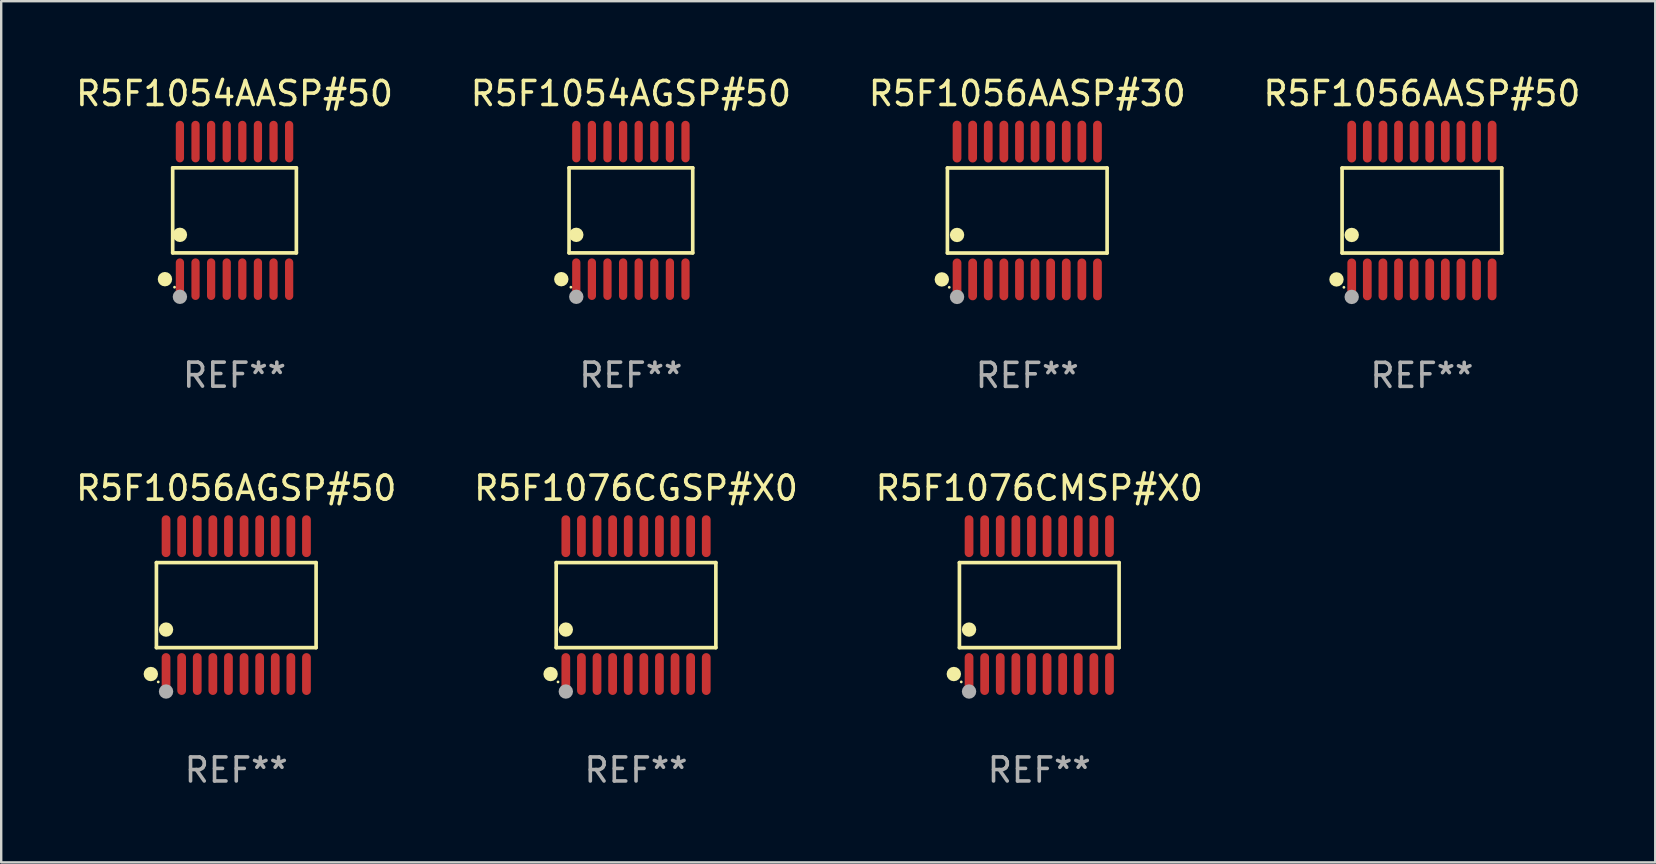
<source format=kicad_pcb>
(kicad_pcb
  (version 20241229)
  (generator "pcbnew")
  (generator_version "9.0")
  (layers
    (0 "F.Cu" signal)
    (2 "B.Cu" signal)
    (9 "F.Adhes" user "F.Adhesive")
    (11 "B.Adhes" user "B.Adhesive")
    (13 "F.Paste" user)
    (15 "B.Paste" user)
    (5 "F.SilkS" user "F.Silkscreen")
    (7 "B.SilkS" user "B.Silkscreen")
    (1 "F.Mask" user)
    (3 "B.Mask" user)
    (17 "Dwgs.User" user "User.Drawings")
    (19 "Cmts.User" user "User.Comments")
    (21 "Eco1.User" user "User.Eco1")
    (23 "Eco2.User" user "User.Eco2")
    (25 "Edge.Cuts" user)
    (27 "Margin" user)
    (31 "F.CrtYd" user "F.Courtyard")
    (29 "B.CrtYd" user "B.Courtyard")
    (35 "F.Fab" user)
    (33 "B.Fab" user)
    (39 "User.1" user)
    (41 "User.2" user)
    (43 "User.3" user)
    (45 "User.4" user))
  (footprint "R5F1056AASP#30"
    (layer "F.Cu")
    (at 39.744 5.719)
    (property "Reference" "R5F1056AASP#30" (at 0 -4.871 0) (layer "F.SilkS") (effects (font (size 1 1) (thickness 0.15))))
    (attr through_hole)
    (fp_line (start -3.326 -1.771) (end 3.326 -1.771) (stroke (width 0.152) (type solid)) (layer "F.SilkS"))
    (fp_line (start -3.326 1.771) (end -3.326 -1.771) (stroke (width 0.152) (type solid)) (layer "F.SilkS"))
    (fp_line (start 3.326 -1.771) (end 3.326 1.771) (stroke (width 0.152) (type solid)) (layer "F.SilkS"))
    (fp_line (start 3.326 1.771) (end -3.326 1.771) (stroke (width 0.152) (type solid)) (layer "F.SilkS"))
    (fp_circle (center -3.559 2.871) (end -3.409 2.871) (stroke (width 0.3) (type solid)) (fill no) (layer "F.SilkS"))
    (fp_circle (center -3.25 3.2) (end -3.22 3.2) (stroke (width 0.06) (type solid)) (fill no) (layer "F.SilkS"))
    (fp_circle (center -2.925 1.019) (end -2.775 1.019) (stroke (width 0.3) (type solid)) (fill no) (layer "F.SilkS"))
    (fp_circle (center -2.925 3.6) (end -2.775 3.6) (stroke (width 0.3) (type solid)) (fill no) (layer "F.Fab"))
    (fp_text user "REF**" (at 0 6.871 0) (layer "F.Fab") (effects (font (size 1 1) (thickness 0.15))))
    (pad "1" smd oval (at -2.925 2.871) (size 0.364 1.742) (layers "F.Cu" "F.Mask" "F.Paste"))
    (pad "2" smd oval (at -2.275 2.871) (size 0.364 1.742) (layers "F.Cu" "F.Mask" "F.Paste"))
    (pad "3" smd oval (at -1.625 2.871) (size 0.364 1.742) (layers "F.Cu" "F.Mask" "F.Paste"))
    (pad "4" smd oval (at -0.975 2.871) (size 0.364 1.742) (layers "F.Cu" "F.Mask" "F.Paste"))
    (pad "5" smd oval (at -0.325 2.871) (size 0.364 1.742) (layers "F.Cu" "F.Mask" "F.Paste"))
    (pad "6" smd oval (at 0.325 2.871) (size 0.364 1.742) (layers "F.Cu" "F.Mask" "F.Paste"))
    (pad "7" smd oval (at 0.975 2.871) (size 0.364 1.742) (layers "F.Cu" "F.Mask" "F.Paste"))
    (pad "8" smd oval (at 1.625 2.871) (size 0.364 1.742) (layers "F.Cu" "F.Mask" "F.Paste"))
    (pad "9" smd oval (at 2.275 2.871) (size 0.364 1.742) (layers "F.Cu" "F.Mask" "F.Paste"))
    (pad "10" smd oval (at 2.925 2.871) (size 0.364 1.742) (layers "F.Cu" "F.Mask" "F.Paste"))
    (pad "11" smd oval (at 2.925 -2.871) (size 0.364 1.742) (layers "F.Cu" "F.Mask" "F.Paste"))
    (pad "12" smd oval (at 2.275 -2.871) (size 0.364 1.742) (layers "F.Cu" "F.Mask" "F.Paste"))
    (pad "13" smd oval (at 1.625 -2.871) (size 0.364 1.742) (layers "F.Cu" "F.Mask" "F.Paste"))
    (pad "14" smd oval (at 0.975 -2.871) (size 0.364 1.742) (layers "F.Cu" "F.Mask" "F.Paste"))
    (pad "15" smd oval (at 0.325 -2.871) (size 0.364 1.742) (layers "F.Cu" "F.Mask" "F.Paste"))
    (pad "16" smd oval (at -0.325 -2.871) (size 0.364 1.742) (layers "F.Cu" "F.Mask" "F.Paste"))
    (pad "17" smd oval (at -0.975 -2.871) (size 0.364 1.742) (layers "F.Cu" "F.Mask" "F.Paste"))
    (pad "18" smd oval (at -1.625 -2.871) (size 0.364 1.742) (layers "F.Cu" "F.Mask" "F.Paste"))
    (pad "19" smd oval (at -2.275 -2.871) (size 0.364 1.742) (layers "F.Cu" "F.Mask" "F.Paste"))
    (pad "20" smd oval (at -2.925 -2.871) (size 0.364 1.742) (layers "F.Cu" "F.Mask" "F.Paste")))
  (footprint "R5F1054AASP#50"
    (layer "F.Cu")
    (at 6.72 5.714)
    (property "Reference" "R5F1054AASP#50" (at 0 -4.866 0) (layer "F.SilkS") (effects (font (size 1 1) (thickness 0.15))))
    (attr through_hole)
    (fp_line (start -2.576 -1.772) (end 2.576 -1.772) (stroke (width 0.152) (type solid)) (layer "F.SilkS"))
    (fp_line (start -2.576 1.771) (end -2.576 -1.772) (stroke (width 0.152) (type solid)) (layer "F.SilkS"))
    (fp_line (start 2.576 -1.772) (end 2.576 1.771) (stroke (width 0.152) (type solid)) (layer "F.SilkS"))
    (fp_line (start 2.576 1.771) (end -2.576 1.771) (stroke (width 0.152) (type solid)) (layer "F.SilkS"))
    (fp_circle (center -2.899 2.866) (end -2.749 2.866) (stroke (width 0.3) (type solid)) (fill no) (layer "F.SilkS"))
    (fp_circle (center -2.5 3.2) (end -2.47 3.2) (stroke (width 0.06) (type solid)) (fill no) (layer "F.SilkS"))
    (fp_circle (center -2.275 1.019) (end -2.125 1.019) (stroke (width 0.3) (type solid)) (fill no) (layer "F.SilkS"))
    (fp_circle (center -2.275 3.6) (end -2.125 3.6) (stroke (width 0.3) (type solid)) (fill no) (layer "F.Fab"))
    (fp_text user "REF**" (at 0 6.866 0) (layer "F.Fab") (effects (font (size 1 1) (thickness 0.15))))
    (pad "1" smd oval (at -2.275 2.866) (size 0.343 1.731) (layers "F.Cu" "F.Mask" "F.Paste"))
    (pad "2" smd oval (at -1.625 2.866) (size 0.343 1.731) (layers "F.Cu" "F.Mask" "F.Paste"))
    (pad "3" smd oval (at -0.975 2.866) (size 0.343 1.731) (layers "F.Cu" "F.Mask" "F.Paste"))
    (pad "4" smd oval (at -0.325 2.866) (size 0.343 1.731) (layers "F.Cu" "F.Mask" "F.Paste"))
    (pad "5" smd oval (at 0.325 2.866) (size 0.343 1.731) (layers "F.Cu" "F.Mask" "F.Paste"))
    (pad "6" smd oval (at 0.975 2.866) (size 0.343 1.731) (layers "F.Cu" "F.Mask" "F.Paste"))
    (pad "7" smd oval (at 1.625 2.866) (size 0.343 1.731) (layers "F.Cu" "F.Mask" "F.Paste"))
    (pad "8" smd oval (at 2.275 2.866) (size 0.343 1.731) (layers "F.Cu" "F.Mask" "F.Paste"))
    (pad "9" smd oval (at 2.275 -2.866) (size 0.343 1.731) (layers "F.Cu" "F.Mask" "F.Paste"))
    (pad "10" smd oval (at 1.625 -2.866) (size 0.343 1.731) (layers "F.Cu" "F.Mask" "F.Paste"))
    (pad "11" smd oval (at 0.975 -2.866) (size 0.343 1.731) (layers "F.Cu" "F.Mask" "F.Paste"))
    (pad "12" smd oval (at 0.325 -2.866) (size 0.343 1.731) (layers "F.Cu" "F.Mask" "F.Paste"))
    (pad "13" smd oval (at -0.325 -2.866) (size 0.343 1.731) (layers "F.Cu" "F.Mask" "F.Paste"))
    (pad "14" smd oval (at -0.975 -2.866) (size 0.343 1.731) (layers "F.Cu" "F.Mask" "F.Paste"))
    (pad "15" smd oval (at -1.625 -2.866) (size 0.343 1.731) (layers "F.Cu" "F.Mask" "F.Paste"))
    (pad "16" smd oval (at -2.275 -2.866) (size 0.343 1.731) (layers "F.Cu" "F.Mask" "F.Paste")))
  (footprint "R5F1076CMSP#X0"
    (layer "F.Cu")
    (at 40.244 22.158)
    (property "Reference" "R5F1076CMSP#X0" (at 0 -4.871 0) (layer "F.SilkS") (effects (font (size 1 1) (thickness 0.15))))
    (attr through_hole)
    (fp_line (start -3.326 -1.771) (end 3.326 -1.771) (stroke (width 0.152) (type solid)) (layer "F.SilkS"))
    (fp_line (start -3.326 1.771) (end -3.326 -1.771) (stroke (width 0.152) (type solid)) (layer "F.SilkS"))
    (fp_line (start 3.326 -1.771) (end 3.326 1.771) (stroke (width 0.152) (type solid)) (layer "F.SilkS"))
    (fp_line (start 3.326 1.771) (end -3.326 1.771) (stroke (width 0.152) (type solid)) (layer "F.SilkS"))
    (fp_circle (center -3.559 2.871) (end -3.409 2.871) (stroke (width 0.3) (type solid)) (fill no) (layer "F.SilkS"))
    (fp_circle (center -3.25 3.2) (end -3.22 3.2) (stroke (width 0.06) (type solid)) (fill no) (layer "F.SilkS"))
    (fp_circle (center -2.925 1.019) (end -2.775 1.019) (stroke (width 0.3) (type solid)) (fill no) (layer "F.SilkS"))
    (fp_circle (center -2.925 3.6) (end -2.775 3.6) (stroke (width 0.3) (type solid)) (fill no) (layer "F.Fab"))
    (fp_text user "REF**" (at 0 6.871 0) (layer "F.Fab") (effects (font (size 1 1) (thickness 0.15))))
    (pad "1" smd oval (at -2.925 2.871) (size 0.364 1.742) (layers "F.Cu" "F.Mask" "F.Paste"))
    (pad "2" smd oval (at -2.275 2.871) (size 0.364 1.742) (layers "F.Cu" "F.Mask" "F.Paste"))
    (pad "3" smd oval (at -1.625 2.871) (size 0.364 1.742) (layers "F.Cu" "F.Mask" "F.Paste"))
    (pad "4" smd oval (at -0.975 2.871) (size 0.364 1.742) (layers "F.Cu" "F.Mask" "F.Paste"))
    (pad "5" smd oval (at -0.325 2.871) (size 0.364 1.742) (layers "F.Cu" "F.Mask" "F.Paste"))
    (pad "6" smd oval (at 0.325 2.871) (size 0.364 1.742) (layers "F.Cu" "F.Mask" "F.Paste"))
    (pad "7" smd oval (at 0.975 2.871) (size 0.364 1.742) (layers "F.Cu" "F.Mask" "F.Paste"))
    (pad "8" smd oval (at 1.625 2.871) (size 0.364 1.742) (layers "F.Cu" "F.Mask" "F.Paste"))
    (pad "9" smd oval (at 2.275 2.871) (size 0.364 1.742) (layers "F.Cu" "F.Mask" "F.Paste"))
    (pad "10" smd oval (at 2.925 2.871) (size 0.364 1.742) (layers "F.Cu" "F.Mask" "F.Paste"))
    (pad "11" smd oval (at 2.925 -2.871) (size 0.364 1.742) (layers "F.Cu" "F.Mask" "F.Paste"))
    (pad "12" smd oval (at 2.275 -2.871) (size 0.364 1.742) (layers "F.Cu" "F.Mask" "F.Paste"))
    (pad "13" smd oval (at 1.625 -2.871) (size 0.364 1.742) (layers "F.Cu" "F.Mask" "F.Paste"))
    (pad "14" smd oval (at 0.975 -2.871) (size 0.364 1.742) (layers "F.Cu" "F.Mask" "F.Paste"))
    (pad "15" smd oval (at 0.325 -2.871) (size 0.364 1.742) (layers "F.Cu" "F.Mask" "F.Paste"))
    (pad "16" smd oval (at -0.325 -2.871) (size 0.364 1.742) (layers "F.Cu" "F.Mask" "F.Paste"))
    (pad "17" smd oval (at -0.975 -2.871) (size 0.364 1.742) (layers "F.Cu" "F.Mask" "F.Paste"))
    (pad "18" smd oval (at -1.625 -2.871) (size 0.364 1.742) (layers "F.Cu" "F.Mask" "F.Paste"))
    (pad "19" smd oval (at -2.275 -2.871) (size 0.364 1.742) (layers "F.Cu" "F.Mask" "F.Paste"))
    (pad "20" smd oval (at -2.925 -2.871) (size 0.364 1.742) (layers "F.Cu" "F.Mask" "F.Paste")))
  (footprint "R5F1076CGSP#X0"
    (layer "F.Cu")
    (at 23.446 22.158)
    (property "Reference" "R5F1076CGSP#X0" (at 0 -4.871 0) (layer "F.SilkS") (effects (font (size 1 1) (thickness 0.15))))
    (attr through_hole)
    (fp_line (start -3.326 -1.771) (end 3.326 -1.771) (stroke (width 0.152) (type solid)) (layer "F.SilkS"))
    (fp_line (start -3.326 1.771) (end -3.326 -1.771) (stroke (width 0.152) (type solid)) (layer "F.SilkS"))
    (fp_line (start 3.326 -1.771) (end 3.326 1.771) (stroke (width 0.152) (type solid)) (layer "F.SilkS"))
    (fp_line (start 3.326 1.771) (end -3.326 1.771) (stroke (width 0.152) (type solid)) (layer "F.SilkS"))
    (fp_circle (center -3.559 2.871) (end -3.409 2.871) (stroke (width 0.3) (type solid)) (fill no) (layer "F.SilkS"))
    (fp_circle (center -3.25 3.2) (end -3.22 3.2) (stroke (width 0.06) (type solid)) (fill no) (layer "F.SilkS"))
    (fp_circle (center -2.925 1.019) (end -2.775 1.019) (stroke (width 0.3) (type solid)) (fill no) (layer "F.SilkS"))
    (fp_circle (center -2.925 3.6) (end -2.775 3.6) (stroke (width 0.3) (type solid)) (fill no) (layer "F.Fab"))
    (fp_text user "REF**" (at 0 6.871 0) (layer "F.Fab") (effects (font (size 1 1) (thickness 0.15))))
    (pad "1" smd oval (at -2.925 2.871) (size 0.364 1.742) (layers "F.Cu" "F.Mask" "F.Paste"))
    (pad "2" smd oval (at -2.275 2.871) (size 0.364 1.742) (layers "F.Cu" "F.Mask" "F.Paste"))
    (pad "3" smd oval (at -1.625 2.871) (size 0.364 1.742) (layers "F.Cu" "F.Mask" "F.Paste"))
    (pad "4" smd oval (at -0.975 2.871) (size 0.364 1.742) (layers "F.Cu" "F.Mask" "F.Paste"))
    (pad "5" smd oval (at -0.325 2.871) (size 0.364 1.742) (layers "F.Cu" "F.Mask" "F.Paste"))
    (pad "6" smd oval (at 0.325 2.871) (size 0.364 1.742) (layers "F.Cu" "F.Mask" "F.Paste"))
    (pad "7" smd oval (at 0.975 2.871) (size 0.364 1.742) (layers "F.Cu" "F.Mask" "F.Paste"))
    (pad "8" smd oval (at 1.625 2.871) (size 0.364 1.742) (layers "F.Cu" "F.Mask" "F.Paste"))
    (pad "9" smd oval (at 2.275 2.871) (size 0.364 1.742) (layers "F.Cu" "F.Mask" "F.Paste"))
    (pad "10" smd oval (at 2.925 2.871) (size 0.364 1.742) (layers "F.Cu" "F.Mask" "F.Paste"))
    (pad "11" smd oval (at 2.925 -2.871) (size 0.364 1.742) (layers "F.Cu" "F.Mask" "F.Paste"))
    (pad "12" smd oval (at 2.275 -2.871) (size 0.364 1.742) (layers "F.Cu" "F.Mask" "F.Paste"))
    (pad "13" smd oval (at 1.625 -2.871) (size 0.364 1.742) (layers "F.Cu" "F.Mask" "F.Paste"))
    (pad "14" smd oval (at 0.975 -2.871) (size 0.364 1.742) (layers "F.Cu" "F.Mask" "F.Paste"))
    (pad "15" smd oval (at 0.325 -2.871) (size 0.364 1.742) (layers "F.Cu" "F.Mask" "F.Paste"))
    (pad "16" smd oval (at -0.325 -2.871) (size 0.364 1.742) (layers "F.Cu" "F.Mask" "F.Paste"))
    (pad "17" smd oval (at -0.975 -2.871) (size 0.364 1.742) (layers "F.Cu" "F.Mask" "F.Paste"))
    (pad "18" smd oval (at -1.625 -2.871) (size 0.364 1.742) (layers "F.Cu" "F.Mask" "F.Paste"))
    (pad "19" smd oval (at -2.275 -2.871) (size 0.364 1.742) (layers "F.Cu" "F.Mask" "F.Paste"))
    (pad "20" smd oval (at -2.925 -2.871) (size 0.364 1.742) (layers "F.Cu" "F.Mask" "F.Paste")))
  (footprint "R5F1054AGSP#50"
    (layer "F.Cu")
    (at 23.232 5.714)
    (property "Reference" "R5F1054AGSP#50" (at 0 -4.866 0) (layer "F.SilkS") (effects (font (size 1 1) (thickness 0.15))))
    (attr through_hole)
    (fp_line (start -2.576 -1.772) (end 2.576 -1.772) (stroke (width 0.152) (type solid)) (layer "F.SilkS"))
    (fp_line (start -2.576 1.771) (end -2.576 -1.772) (stroke (width 0.152) (type solid)) (layer "F.SilkS"))
    (fp_line (start 2.576 -1.772) (end 2.576 1.771) (stroke (width 0.152) (type solid)) (layer "F.SilkS"))
    (fp_line (start 2.576 1.771) (end -2.576 1.771) (stroke (width 0.152) (type solid)) (layer "F.SilkS"))
    (fp_circle (center -2.899 2.866) (end -2.749 2.866) (stroke (width 0.3) (type solid)) (fill no) (layer "F.SilkS"))
    (fp_circle (center -2.5 3.2) (end -2.47 3.2) (stroke (width 0.06) (type solid)) (fill no) (layer "F.SilkS"))
    (fp_circle (center -2.275 1.019) (end -2.125 1.019) (stroke (width 0.3) (type solid)) (fill no) (layer "F.SilkS"))
    (fp_circle (center -2.275 3.6) (end -2.125 3.6) (stroke (width 0.3) (type solid)) (fill no) (layer "F.Fab"))
    (fp_text user "REF**" (at 0 6.866 0) (layer "F.Fab") (effects (font (size 1 1) (thickness 0.15))))
    (pad "1" smd oval (at -2.275 2.866) (size 0.343 1.731) (layers "F.Cu" "F.Mask" "F.Paste"))
    (pad "2" smd oval (at -1.625 2.866) (size 0.343 1.731) (layers "F.Cu" "F.Mask" "F.Paste"))
    (pad "3" smd oval (at -0.975 2.866) (size 0.343 1.731) (layers "F.Cu" "F.Mask" "F.Paste"))
    (pad "4" smd oval (at -0.325 2.866) (size 0.343 1.731) (layers "F.Cu" "F.Mask" "F.Paste"))
    (pad "5" smd oval (at 0.325 2.866) (size 0.343 1.731) (layers "F.Cu" "F.Mask" "F.Paste"))
    (pad "6" smd oval (at 0.975 2.866) (size 0.343 1.731) (layers "F.Cu" "F.Mask" "F.Paste"))
    (pad "7" smd oval (at 1.625 2.866) (size 0.343 1.731) (layers "F.Cu" "F.Mask" "F.Paste"))
    (pad "8" smd oval (at 2.275 2.866) (size 0.343 1.731) (layers "F.Cu" "F.Mask" "F.Paste"))
    (pad "9" smd oval (at 2.275 -2.866) (size 0.343 1.731) (layers "F.Cu" "F.Mask" "F.Paste"))
    (pad "10" smd oval (at 1.625 -2.866) (size 0.343 1.731) (layers "F.Cu" "F.Mask" "F.Paste"))
    (pad "11" smd oval (at 0.975 -2.866) (size 0.343 1.731) (layers "F.Cu" "F.Mask" "F.Paste"))
    (pad "12" smd oval (at 0.325 -2.866) (size 0.343 1.731) (layers "F.Cu" "F.Mask" "F.Paste"))
    (pad "13" smd oval (at -0.325 -2.866) (size 0.343 1.731) (layers "F.Cu" "F.Mask" "F.Paste"))
    (pad "14" smd oval (at -0.975 -2.866) (size 0.343 1.731) (layers "F.Cu" "F.Mask" "F.Paste"))
    (pad "15" smd oval (at -1.625 -2.866) (size 0.343 1.731) (layers "F.Cu" "F.Mask" "F.Paste"))
    (pad "16" smd oval (at -2.275 -2.866) (size 0.343 1.731) (layers "F.Cu" "F.Mask" "F.Paste")))
  (footprint "R5F1056AASP#50"
    (layer "F.Cu")
    (at 56.185 5.719)
    (property "Reference" "R5F1056AASP#50" (at 0 -4.871 0) (layer "F.SilkS") (effects (font (size 1 1) (thickness 0.15))))
    (attr through_hole)
    (fp_line (start -3.326 -1.771) (end 3.326 -1.771) (stroke (width 0.152) (type solid)) (layer "F.SilkS"))
    (fp_line (start -3.326 1.771) (end -3.326 -1.771) (stroke (width 0.152) (type solid)) (layer "F.SilkS"))
    (fp_line (start 3.326 -1.771) (end 3.326 1.771) (stroke (width 0.152) (type solid)) (layer "F.SilkS"))
    (fp_line (start 3.326 1.771) (end -3.326 1.771) (stroke (width 0.152) (type solid)) (layer "F.SilkS"))
    (fp_circle (center -3.559 2.871) (end -3.409 2.871) (stroke (width 0.3) (type solid)) (fill no) (layer "F.SilkS"))
    (fp_circle (center -3.25 3.2) (end -3.22 3.2) (stroke (width 0.06) (type solid)) (fill no) (layer "F.SilkS"))
    (fp_circle (center -2.925 1.019) (end -2.775 1.019) (stroke (width 0.3) (type solid)) (fill no) (layer "F.SilkS"))
    (fp_circle (center -2.925 3.6) (end -2.775 3.6) (stroke (width 0.3) (type solid)) (fill no) (layer "F.Fab"))
    (fp_text user "REF**" (at 0 6.871 0) (layer "F.Fab") (effects (font (size 1 1) (thickness 0.15))))
    (pad "1" smd oval (at -2.925 2.871) (size 0.364 1.742) (layers "F.Cu" "F.Mask" "F.Paste"))
    (pad "2" smd oval (at -2.275 2.871) (size 0.364 1.742) (layers "F.Cu" "F.Mask" "F.Paste"))
    (pad "3" smd oval (at -1.625 2.871) (size 0.364 1.742) (layers "F.Cu" "F.Mask" "F.Paste"))
    (pad "4" smd oval (at -0.975 2.871) (size 0.364 1.742) (layers "F.Cu" "F.Mask" "F.Paste"))
    (pad "5" smd oval (at -0.325 2.871) (size 0.364 1.742) (layers "F.Cu" "F.Mask" "F.Paste"))
    (pad "6" smd oval (at 0.325 2.871) (size 0.364 1.742) (layers "F.Cu" "F.Mask" "F.Paste"))
    (pad "7" smd oval (at 0.975 2.871) (size 0.364 1.742) (layers "F.Cu" "F.Mask" "F.Paste"))
    (pad "8" smd oval (at 1.625 2.871) (size 0.364 1.742) (layers "F.Cu" "F.Mask" "F.Paste"))
    (pad "9" smd oval (at 2.275 2.871) (size 0.364 1.742) (layers "F.Cu" "F.Mask" "F.Paste"))
    (pad "10" smd oval (at 2.925 2.871) (size 0.364 1.742) (layers "F.Cu" "F.Mask" "F.Paste"))
    (pad "11" smd oval (at 2.925 -2.871) (size 0.364 1.742) (layers "F.Cu" "F.Mask" "F.Paste"))
    (pad "12" smd oval (at 2.275 -2.871) (size 0.364 1.742) (layers "F.Cu" "F.Mask" "F.Paste"))
    (pad "13" smd oval (at 1.625 -2.871) (size 0.364 1.742) (layers "F.Cu" "F.Mask" "F.Paste"))
    (pad "14" smd oval (at 0.975 -2.871) (size 0.364 1.742) (layers "F.Cu" "F.Mask" "F.Paste"))
    (pad "15" smd oval (at 0.325 -2.871) (size 0.364 1.742) (layers "F.Cu" "F.Mask" "F.Paste"))
    (pad "16" smd oval (at -0.325 -2.871) (size 0.364 1.742) (layers "F.Cu" "F.Mask" "F.Paste"))
    (pad "17" smd oval (at -0.975 -2.871) (size 0.364 1.742) (layers "F.Cu" "F.Mask" "F.Paste"))
    (pad "18" smd oval (at -1.625 -2.871) (size 0.364 1.742) (layers "F.Cu" "F.Mask" "F.Paste"))
    (pad "19" smd oval (at -2.275 -2.871) (size 0.364 1.742) (layers "F.Cu" "F.Mask" "F.Paste"))
    (pad "20" smd oval (at -2.925 -2.871) (size 0.364 1.742) (layers "F.Cu" "F.Mask" "F.Paste")))
  (footprint "R5F1056AGSP#50"
    (layer "F.Cu")
    (at 6.792 22.158)
    (property "Reference" "R5F1056AGSP#50" (at 0 -4.871 0) (layer "F.SilkS") (effects (font (size 1 1) (thickness 0.15))))
    (attr through_hole)
    (fp_line (start -3.326 -1.771) (end 3.326 -1.771) (stroke (width 0.152) (type solid)) (layer "F.SilkS"))
    (fp_line (start -3.326 1.771) (end -3.326 -1.771) (stroke (width 0.152) (type solid)) (layer "F.SilkS"))
    (fp_line (start 3.326 -1.771) (end 3.326 1.771) (stroke (width 0.152) (type solid)) (layer "F.SilkS"))
    (fp_line (start 3.326 1.771) (end -3.326 1.771) (stroke (width 0.152) (type solid)) (layer "F.SilkS"))
    (fp_circle (center -3.559 2.871) (end -3.409 2.871) (stroke (width 0.3) (type solid)) (fill no) (layer "F.SilkS"))
    (fp_circle (center -3.25 3.2) (end -3.22 3.2) (stroke (width 0.06) (type solid)) (fill no) (layer "F.SilkS"))
    (fp_circle (center -2.925 1.019) (end -2.775 1.019) (stroke (width 0.3) (type solid)) (fill no) (layer "F.SilkS"))
    (fp_circle (center -2.925 3.6) (end -2.775 3.6) (stroke (width 0.3) (type solid)) (fill no) (layer "F.Fab"))
    (fp_text user "REF**" (at 0 6.871 0) (layer "F.Fab") (effects (font (size 1 1) (thickness 0.15))))
    (pad "1" smd oval (at -2.925 2.871) (size 0.364 1.742) (layers "F.Cu" "F.Mask" "F.Paste"))
    (pad "2" smd oval (at -2.275 2.871) (size 0.364 1.742) (layers "F.Cu" "F.Mask" "F.Paste"))
    (pad "3" smd oval (at -1.625 2.871) (size 0.364 1.742) (layers "F.Cu" "F.Mask" "F.Paste"))
    (pad "4" smd oval (at -0.975 2.871) (size 0.364 1.742) (layers "F.Cu" "F.Mask" "F.Paste"))
    (pad "5" smd oval (at -0.325 2.871) (size 0.364 1.742) (layers "F.Cu" "F.Mask" "F.Paste"))
    (pad "6" smd oval (at 0.325 2.871) (size 0.364 1.742) (layers "F.Cu" "F.Mask" "F.Paste"))
    (pad "7" smd oval (at 0.975 2.871) (size 0.364 1.742) (layers "F.Cu" "F.Mask" "F.Paste"))
    (pad "8" smd oval (at 1.625 2.871) (size 0.364 1.742) (layers "F.Cu" "F.Mask" "F.Paste"))
    (pad "9" smd oval (at 2.275 2.871) (size 0.364 1.742) (layers "F.Cu" "F.Mask" "F.Paste"))
    (pad "10" smd oval (at 2.925 2.871) (size 0.364 1.742) (layers "F.Cu" "F.Mask" "F.Paste"))
    (pad "11" smd oval (at 2.925 -2.871) (size 0.364 1.742) (layers "F.Cu" "F.Mask" "F.Paste"))
    (pad "12" smd oval (at 2.275 -2.871) (size 0.364 1.742) (layers "F.Cu" "F.Mask" "F.Paste"))
    (pad "13" smd oval (at 1.625 -2.871) (size 0.364 1.742) (layers "F.Cu" "F.Mask" "F.Paste"))
    (pad "14" smd oval (at 0.975 -2.871) (size 0.364 1.742) (layers "F.Cu" "F.Mask" "F.Paste"))
    (pad "15" smd oval (at 0.325 -2.871) (size 0.364 1.742) (layers "F.Cu" "F.Mask" "F.Paste"))
    (pad "16" smd oval (at -0.325 -2.871) (size 0.364 1.742) (layers "F.Cu" "F.Mask" "F.Paste"))
    (pad "17" smd oval (at -0.975 -2.871) (size 0.364 1.742) (layers "F.Cu" "F.Mask" "F.Paste"))
    (pad "18" smd oval (at -1.625 -2.871) (size 0.364 1.742) (layers "F.Cu" "F.Mask" "F.Paste"))
    (pad "19" smd oval (at -2.275 -2.871) (size 0.364 1.742) (layers "F.Cu" "F.Mask" "F.Paste"))
    (pad "20" smd oval (at -2.925 -2.871) (size 0.364 1.742) (layers "F.Cu" "F.Mask" "F.Paste")))
  (gr_rect
    (start -3 -3)
    (end 65.905 32.877)
    (stroke (width 0.1) (type default))
    (fill no)
    (layer "Edge.Cuts")))
</source>
